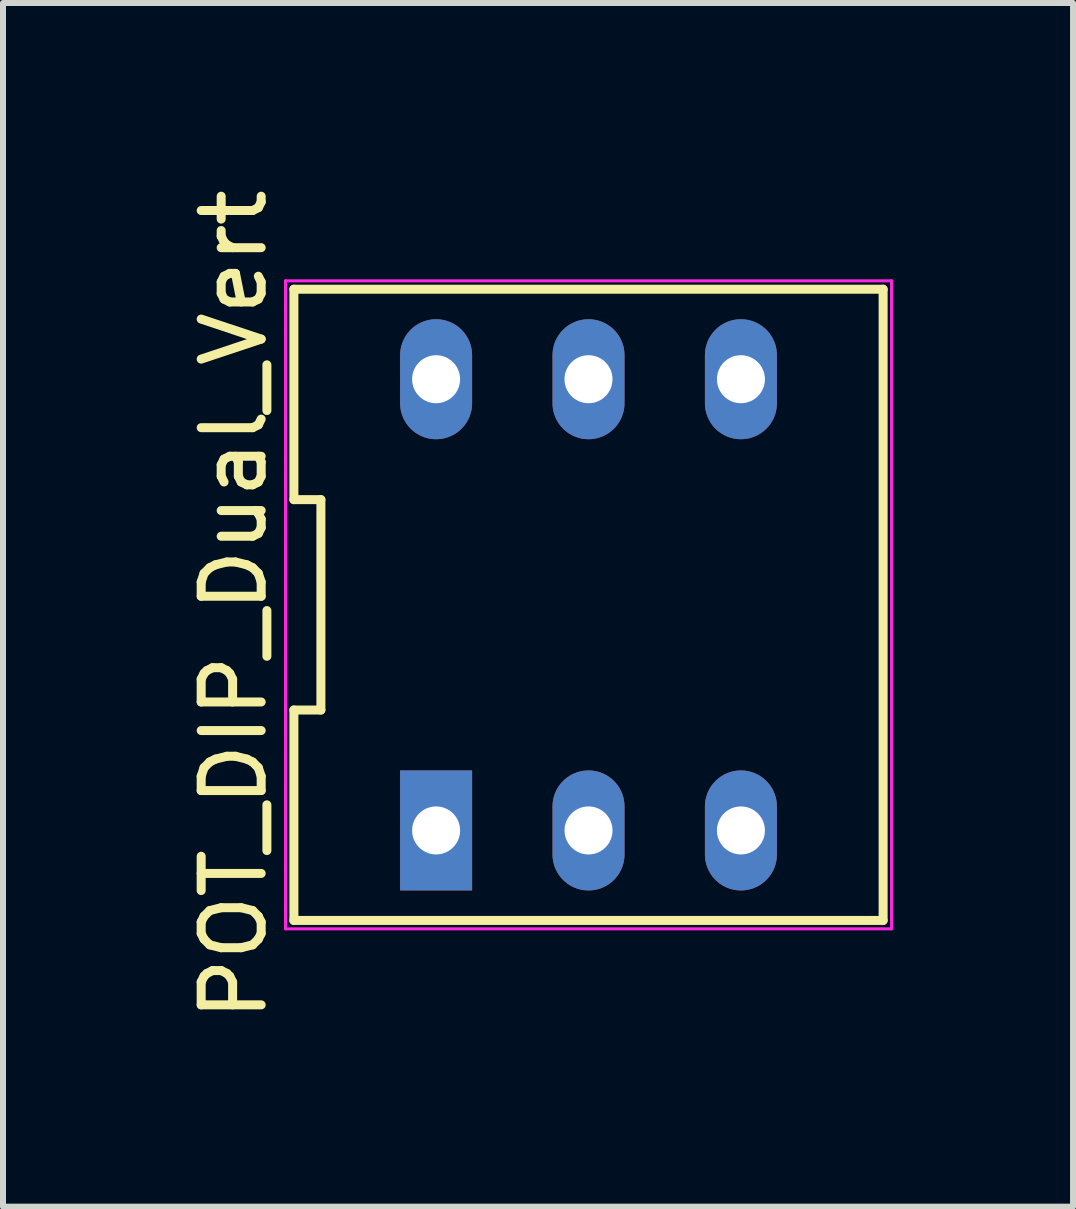
<source format=kicad_pcb>
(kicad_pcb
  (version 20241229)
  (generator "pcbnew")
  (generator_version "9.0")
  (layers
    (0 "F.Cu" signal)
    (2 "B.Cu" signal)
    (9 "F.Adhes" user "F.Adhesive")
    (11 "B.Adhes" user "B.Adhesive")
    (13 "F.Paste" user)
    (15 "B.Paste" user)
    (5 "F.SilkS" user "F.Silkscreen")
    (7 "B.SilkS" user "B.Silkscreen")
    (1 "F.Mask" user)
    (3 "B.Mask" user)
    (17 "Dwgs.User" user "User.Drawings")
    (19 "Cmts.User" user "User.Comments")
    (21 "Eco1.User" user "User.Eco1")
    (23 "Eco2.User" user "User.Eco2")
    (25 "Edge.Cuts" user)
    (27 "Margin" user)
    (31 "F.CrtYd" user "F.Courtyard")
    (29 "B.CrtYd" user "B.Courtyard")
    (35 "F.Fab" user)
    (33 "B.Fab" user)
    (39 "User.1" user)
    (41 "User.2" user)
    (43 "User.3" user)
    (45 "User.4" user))
  (footprint "POT_DIP_Dual_Vert"
    (layer "F.Cu")
    (at 6.758 7.03)
    (property "Reference" "POT_DIP_Dual_Vert" (at -5.91 0 90) (layer "F.SilkS") (effects (font (size 1 1) (thickness 0.15))))
    (attr through_hole)
    (fp_line (start -4.91 -5.26) (end -4.91 -1.753) (stroke (width 0.15) (type solid)) (layer "F.SilkS"))
    (fp_line (start -4.91 -1.753) (end -4.46 -1.753) (stroke (width 0.15) (type solid)) (layer "F.SilkS"))
    (fp_line (start -4.91 1.753) (end -4.91 5.26) (stroke (width 0.15) (type solid)) (layer "F.SilkS"))
    (fp_line (start -4.91 5.26) (end 4.91 5.26) (stroke (width 0.15) (type solid)) (layer "F.SilkS"))
    (fp_line (start -4.46 -1.753) (end -4.46 1.753) (stroke (width 0.15) (type solid)) (layer "F.SilkS"))
    (fp_line (start -4.46 1.753) (end -4.91 1.753) (stroke (width 0.15) (type solid)) (layer "F.SilkS"))
    (fp_line (start 4.91 -5.26) (end -4.91 -5.26) (stroke (width 0.15) (type solid)) (layer "F.SilkS"))
    (fp_line (start 4.91 5.26) (end 4.91 -5.26) (stroke (width 0.15) (type solid)) (layer "F.SilkS"))
    (fp_line (start -5.05 -5.4) (end 5.05 -5.4) (stroke (width 0.05) (type solid)) (layer "F.CrtYd"))
    (fp_line (start -5.05 5.4) (end -5.05 -5.4) (stroke (width 0.05) (type solid)) (layer "F.CrtYd"))
    (fp_line (start 5.05 -5.4) (end 5.05 5.4) (stroke (width 0.05) (type solid)) (layer "F.CrtYd"))
    (fp_line (start 5.05 5.4) (end -5.05 5.4) (stroke (width 0.05) (type solid)) (layer "F.CrtYd"))
    (pad "1" thru_hole rect (at -2.54 3.76) (size 1.2 2) (drill 0.8) (layers "*.Cu" "*.Mask"))
    (pad "2" thru_hole oval (at 0 3.76) (size 1.2 2) (drill 0.8) (layers "*.Cu" "*.Mask"))
    (pad "3" thru_hole oval (at 2.54 3.76) (size 1.2 2) (drill 0.8) (layers "*.Cu" "*.Mask"))
    (pad "4" thru_hole oval (at 2.54 -3.76) (size 1.2 2) (drill 0.8) (layers "*.Cu" "*.Mask"))
    (pad "5" thru_hole oval (at 0 -3.76) (size 1.2 2) (drill 0.8) (layers "*.Cu" "*.Mask"))
    (pad "6" thru_hole oval (at -2.54 -3.76) (size 1.2 2) (drill 0.8) (layers "*.Cu" "*.Mask")))
  (gr_rect
    (start -3 -3)
    (end 14.833 17.06)
    (stroke (width 0.1) (type default))
    (fill no)
    (layer "Edge.Cuts")))
</source>
